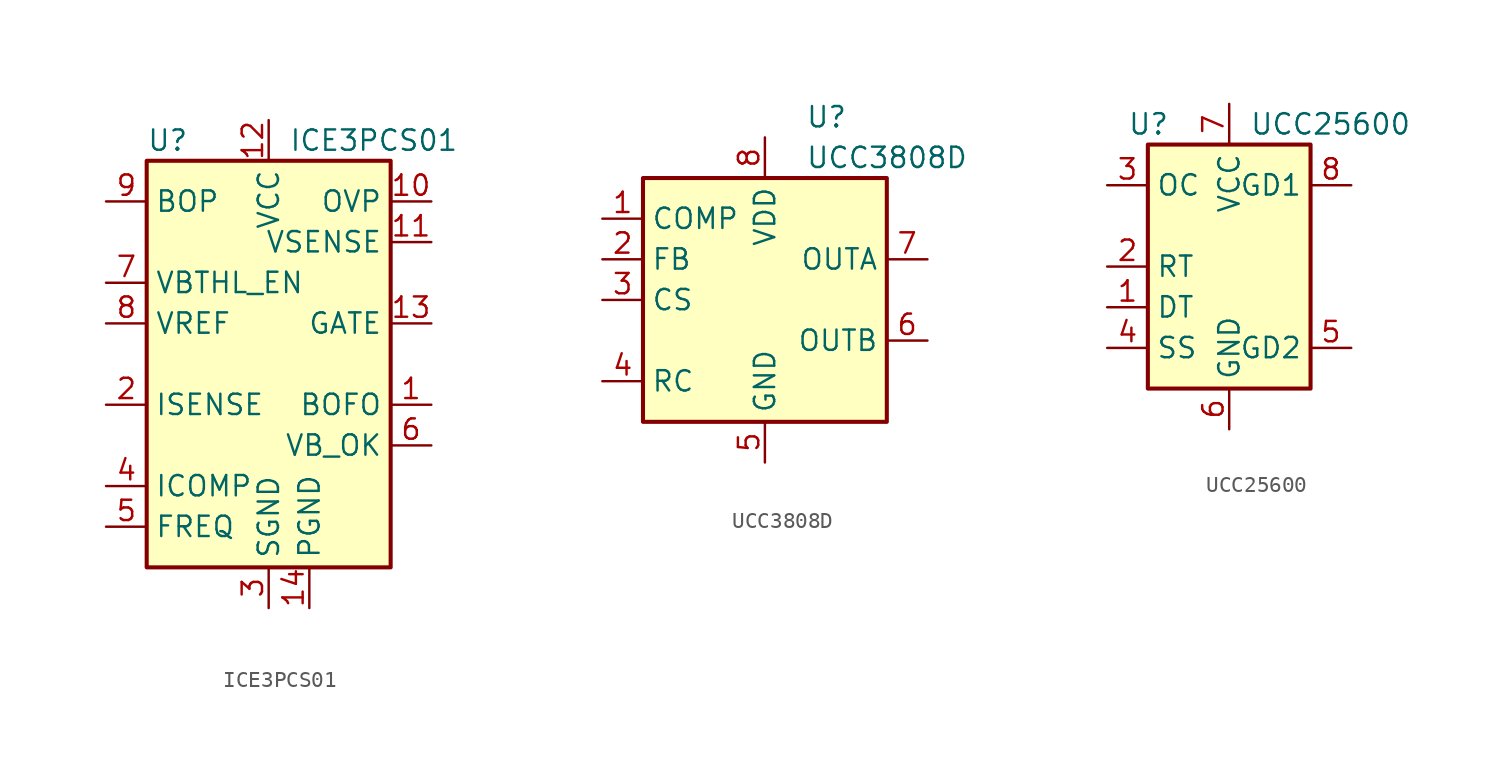
<source format=kicad_sym>
(kicad_symbol_lib
  (version 20201005)
  (generator kicad_symbol_editor)
  (symbol "ICE3PCS01"
    (property "Reference" "U"
      (at -7.62 13.97 0)
      (effects (font (size 1.27 1.27)) (justify left)))
    (property "Value" "ICE3PCS01"
      (at 1.27 13.97 0)
      (effects (font (size 1.27 1.27)) (justify left)))
    (symbol "ICE3PCS01_0_0"
      (rectangle (start -7.62 12.7) (end 7.62 -12.7) (stroke (width 0.254)) (fill (type background))))
    (symbol "ICE3PCS01_1_1"
      (pin input line (at 10.16 -2.54 180) (length 2.54) (name "BOFO" (effects (font (size 1.27 1.27)))) (number "1" (effects (font (size 1.27 1.27)))))
      (pin input line (at 10.16 10.16 180) (length 2.54) (name "OVP" (effects (font (size 1.27 1.27)))) (number "10" (effects (font (size 1.27 1.27)))))
      (pin input line (at 10.16 7.62 180) (length 2.54) (name "VSENSE" (effects (font (size 1.27 1.27)))) (number "11" (effects (font (size 1.27 1.27)))))
      (pin power_in line (at 0 15.24 270) (length 2.54) (name "VCC" (effects (font (size 1.27 1.27)))) (number "12" (effects (font (size 1.27 1.27)))))
      (pin output line (at 10.16 2.54 180) (length 2.54) (name "GATE" (effects (font (size 1.27 1.27)))) (number "13" (effects (font (size 1.27 1.27)))))
      (pin power_in line (at 2.54 -15.24 90) (length 2.54) (name "PGND" (effects (font (size 1.27 1.27)))) (number "14" (effects (font (size 1.27 1.27)))))
      (pin input line (at -10.16 -2.54 0) (length 2.54) (name "ISENSE" (effects (font (size 1.27 1.27)))) (number "2" (effects (font (size 1.27 1.27)))))
      (pin power_in line (at 0 -15.24 90) (length 2.54) (name "SGND" (effects (font (size 1.27 1.27)))) (number "3" (effects (font (size 1.27 1.27)))))
      (pin passive line (at -10.16 -7.62 0) (length 2.54) (name "ICOMP" (effects (font (size 1.27 1.27)))) (number "4" (effects (font (size 1.27 1.27)))))
      (pin passive line (at -10.16 -10.16 0) (length 2.54) (name "FREQ" (effects (font (size 1.27 1.27)))) (number "5" (effects (font (size 1.27 1.27)))))
      (pin output line (at 10.16 -5.08 180) (length 2.54) (name "VB_OK" (effects (font (size 1.27 1.27)))) (number "6" (effects (font (size 1.27 1.27)))))
      (pin input line (at -10.16 5.08 0) (length 2.54) (name "VBTHL_EN" (effects (font (size 1.27 1.27)))) (number "7" (effects (font (size 1.27 1.27)))))
      (pin output line (at -10.16 2.54 0) (length 2.54) (name "VREF" (effects (font (size 1.27 1.27)))) (number "8" (effects (font (size 1.27 1.27)))))
      (pin input line (at -10.16 10.16 0) (length 2.54) (name "BOP" (effects (font (size 1.27 1.27)))) (number "9" (effects (font (size 1.27 1.27)))))))
  (symbol "UCC3808D"
    (property "Reference" "U"
      (at 2.54 11.43 0)
      (effects (font (size 1.27 1.27)) (justify left)))
    (property "Value" "UCC3808D"
      (at 2.54 8.89 0)
      (effects (font (size 1.27 1.27)) (justify left)))
    (symbol "UCC3808D_0_1"
      (rectangle (start -7.62 -7.62) (end 7.62 7.62) (stroke (width 0.254)) (fill (type background))))
    (symbol "UCC3808D_1_1"
      (pin passive line (at -10.16 5.08 0) (length 2.54) (name "COMP" (effects (font (size 1.27 1.27)))) (number "1" (effects (font (size 1.27 1.27)))))
      (pin input line (at -10.16 2.54 0) (length 2.54) (name "FB" (effects (font (size 1.27 1.27)))) (number "2" (effects (font (size 1.27 1.27)))))
      (pin input line (at -10.16 0 0) (length 2.54) (name "CS" (effects (font (size 1.27 1.27)))) (number "3" (effects (font (size 1.27 1.27)))))
      (pin passive line (at -10.16 -5.08 0) (length 2.54) (name "RC" (effects (font (size 1.27 1.27)))) (number "4" (effects (font (size 1.27 1.27)))))
      (pin power_in line (at 0 -10.16 90) (length 2.54) (name "GND" (effects (font (size 1.27 1.27)))) (number "5" (effects (font (size 1.27 1.27)))))
      (pin output line (at 10.16 -2.54 180) (length 2.54) (name "OUTB" (effects (font (size 1.27 1.27)))) (number "6" (effects (font (size 1.27 1.27)))))
      (pin output line (at 10.16 2.54 180) (length 2.54) (name "OUTA" (effects (font (size 1.27 1.27)))) (number "7" (effects (font (size 1.27 1.27)))))
      (pin power_in line (at 0 10.16 270) (length 2.54) (name "VDD" (effects (font (size 1.27 1.27)))) (number "8" (effects (font (size 1.27 1.27)))))))
  (symbol "UCC25600"
    (property "Reference" "U"
      (at -6.35 8.89 0)
      (effects (font (size 1.27 1.27)) (justify left)))
    (property "Value" "UCC25600"
      (at 1.27 8.89 0)
      (effects (font (size 1.27 1.27)) (justify left)))
    (symbol "UCC25600_0_0"
      (rectangle (start -5.08 7.62) (end 5.08 -7.62) (stroke (width 0.254)) (fill (type background))))
    (symbol "UCC25600_1_1"
      (pin passive line (at -7.62 -2.54 0) (length 2.54) (name "DT" (effects (font (size 1.27 1.27)))) (number "1" (effects (font (size 1.27 1.27)))))
      (pin input line (at -7.62 0 0) (length 2.54) (name "RT" (effects (font (size 1.27 1.27)))) (number "2" (effects (font (size 1.27 1.27)))))
      (pin input line (at -7.62 5.08 0) (length 2.54) (name "OC" (effects (font (size 1.27 1.27)))) (number "3" (effects (font (size 1.27 1.27)))))
      (pin passive line (at -7.62 -5.08 0) (length 2.54) (name "SS" (effects (font (size 1.27 1.27)))) (number "4" (effects (font (size 1.27 1.27)))))
      (pin output line (at 7.62 -5.08 180) (length 2.54) (name "GD2" (effects (font (size 1.27 1.27)))) (number "5" (effects (font (size 1.27 1.27)))))
      (pin power_in line (at 0 -10.16 90) (length 2.54) (name "GND" (effects (font (size 1.27 1.27)))) (number "6" (effects (font (size 1.27 1.27)))))
      (pin power_in line (at 0 10.16 270) (length 2.54) (name "VCC" (effects (font (size 1.27 1.27)))) (number "7" (effects (font (size 1.27 1.27)))))
      (pin output line (at 7.62 5.08 180) (length 2.54) (name "GD1" (effects (font (size 1.27 1.27)))) (number "8" (effects (font (size 1.27 1.27))))))))
</source>
